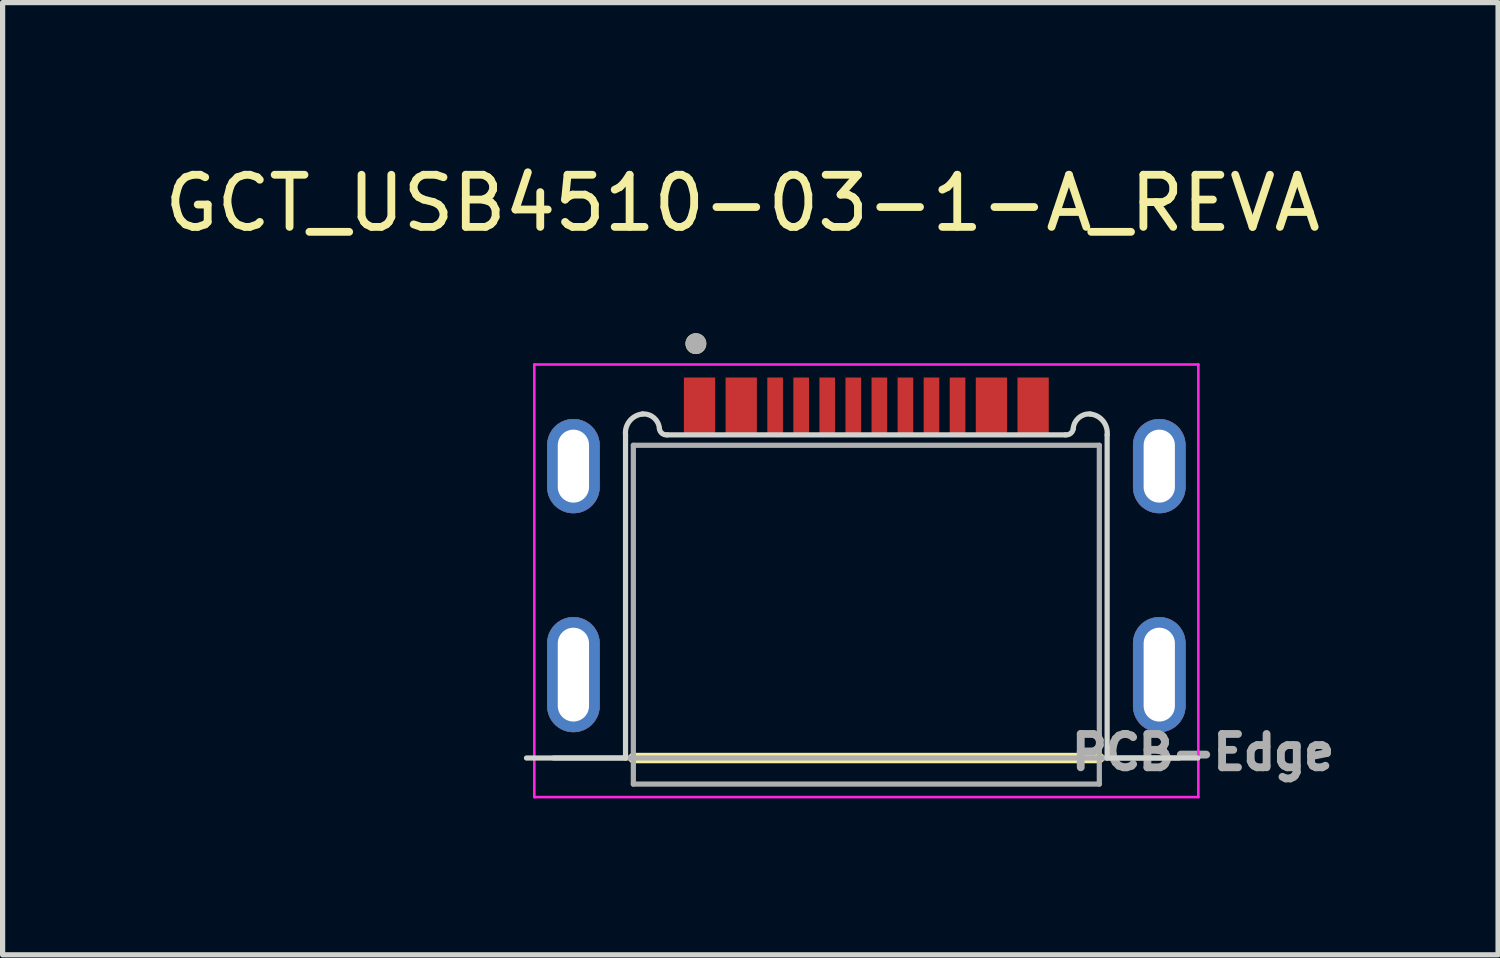
<source format=kicad_pcb>
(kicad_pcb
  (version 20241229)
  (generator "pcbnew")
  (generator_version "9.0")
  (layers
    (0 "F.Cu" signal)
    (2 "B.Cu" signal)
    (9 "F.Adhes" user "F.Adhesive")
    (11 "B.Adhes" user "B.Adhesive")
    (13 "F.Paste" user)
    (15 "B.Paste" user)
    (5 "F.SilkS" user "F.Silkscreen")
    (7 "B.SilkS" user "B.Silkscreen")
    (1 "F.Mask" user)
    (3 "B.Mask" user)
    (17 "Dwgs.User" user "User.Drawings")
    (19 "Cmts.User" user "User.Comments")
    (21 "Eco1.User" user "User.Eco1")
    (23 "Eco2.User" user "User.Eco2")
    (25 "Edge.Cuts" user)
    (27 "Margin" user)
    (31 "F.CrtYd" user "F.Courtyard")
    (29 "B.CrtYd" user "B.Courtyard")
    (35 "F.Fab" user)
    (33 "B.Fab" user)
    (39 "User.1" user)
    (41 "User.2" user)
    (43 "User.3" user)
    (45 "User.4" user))
  (footprint "GCT_USB4510-03-1-A_REVA"
    (layer "F.Cu")
    (at 13.571 9.893)
    (property "Reference" "GCT_USB4510-03-1-A_REVA" (at -2.375 -9.045 0) (layer "F.SilkS") (effects (font (size 1 1) (thickness 0.15))))
    (attr through_hole)
    (fp_poly (pts (xy -5.62 -3.1) (xy -5.646 -3.101) (xy -5.672 -3.103) (xy -5.698 -3.106) (xy -5.724 -3.111) (xy -5.749 -3.117) (xy -5.775 -3.124) (xy -5.799 -3.133) (xy -5.823 -3.143) (xy -5.847 -3.154) (xy -5.87 -3.167) (xy -5.892 -3.181) (xy -5.914 -3.195) (xy -5.935 -3.211) (xy -5.955 -3.228) (xy -5.974 -3.246) (xy -5.992 -3.265) (xy -6.009 -3.285) (xy -6.025 -3.306) (xy -6.039 -3.328) (xy -6.053 -3.35) (xy -6.066 -3.373) (xy -6.077 -3.397) (xy -6.087 -3.421) (xy -6.096 -3.445) (xy -6.103 -3.471) (xy -6.109 -3.496) (xy -6.114 -3.522) (xy -6.117 -3.548) (xy -6.119 -3.574) (xy -6.12 -3.6) (xy -6.12 -4.4) (xy -6.119 -4.426) (xy -6.117 -4.452) (xy -6.114 -4.478) (xy -6.109 -4.504) (xy -6.103 -4.529) (xy -6.096 -4.555) (xy -6.087 -4.579) (xy -6.077 -4.603) (xy -6.066 -4.627) (xy -6.053 -4.65) (xy -6.039 -4.672) (xy -6.025 -4.694) (xy -6.009 -4.715) (xy -5.992 -4.735) (xy -5.974 -4.754) (xy -5.955 -4.772) (xy -5.935 -4.789) (xy -5.914 -4.805) (xy -5.892 -4.819) (xy -5.87 -4.833) (xy -5.847 -4.846) (xy -5.823 -4.857) (xy -5.799 -4.867) (xy -5.775 -4.876) (xy -5.749 -4.883) (xy -5.724 -4.889) (xy -5.698 -4.894) (xy -5.672 -4.897) (xy -5.646 -4.899) (xy -5.62 -4.9) (xy -5.594 -4.899) (xy -5.568 -4.897) (xy -5.542 -4.894) (xy -5.516 -4.889) (xy -5.491 -4.883) (xy -5.465 -4.876) (xy -5.441 -4.867) (xy -5.417 -4.857) (xy -5.393 -4.846) (xy -5.37 -4.833) (xy -5.348 -4.819) (xy -5.326 -4.805) (xy -5.305 -4.789) (xy -5.285 -4.772) (xy -5.266 -4.754) (xy -5.248 -4.735) (xy -5.231 -4.715) (xy -5.215 -4.694) (xy -5.201 -4.672) (xy -5.187 -4.65) (xy -5.174 -4.627) (xy -5.163 -4.603) (xy -5.153 -4.579) (xy -5.144 -4.555) (xy -5.137 -4.529) (xy -5.131 -4.504) (xy -5.126 -4.478) (xy -5.123 -4.452) (xy -5.121 -4.426) (xy -5.12 -4.4) (xy -5.12 -3.6) (xy -5.121 -3.574) (xy -5.123 -3.548) (xy -5.126 -3.522) (xy -5.131 -3.496) (xy -5.137 -3.471) (xy -5.144 -3.445) (xy -5.153 -3.421) (xy -5.163 -3.397) (xy -5.174 -3.373) (xy -5.187 -3.35) (xy -5.201 -3.328) (xy -5.215 -3.306) (xy -5.231 -3.285) (xy -5.248 -3.265) (xy -5.266 -3.246) (xy -5.285 -3.228) (xy -5.305 -3.211) (xy -5.326 -3.195) (xy -5.348 -3.181) (xy -5.37 -3.167) (xy -5.393 -3.154) (xy -5.417 -3.143) (xy -5.441 -3.133) (xy -5.465 -3.124) (xy -5.491 -3.117) (xy -5.516 -3.111) (xy -5.542 -3.106) (xy -5.568 -3.103) (xy -5.594 -3.101) (xy -5.62 -3.1)) (stroke (width 0.01) (type solid)) (fill yes) (layer "F.Cu"))
    (fp_poly (pts (xy -5.62 1.1) (xy -5.646 1.099) (xy -5.672 1.097) (xy -5.698 1.094) (xy -5.724 1.089) (xy -5.749 1.083) (xy -5.775 1.076) (xy -5.799 1.067) (xy -5.823 1.057) (xy -5.847 1.046) (xy -5.87 1.033) (xy -5.892 1.019) (xy -5.914 1.005) (xy -5.935 0.989) (xy -5.955 0.972) (xy -5.974 0.954) (xy -5.992 0.935) (xy -6.009 0.915) (xy -6.025 0.894) (xy -6.039 0.872) (xy -6.053 0.85) (xy -6.066 0.827) (xy -6.077 0.803) (xy -6.087 0.779) (xy -6.096 0.755) (xy -6.103 0.729) (xy -6.109 0.704) (xy -6.114 0.678) (xy -6.117 0.652) (xy -6.119 0.626) (xy -6.12 0.6) (xy -6.12 -0.6) (xy -6.119 -0.626) (xy -6.117 -0.652) (xy -6.114 -0.678) (xy -6.109 -0.704) (xy -6.103 -0.729) (xy -6.096 -0.755) (xy -6.087 -0.779) (xy -6.077 -0.803) (xy -6.066 -0.827) (xy -6.053 -0.85) (xy -6.039 -0.872) (xy -6.025 -0.894) (xy -6.009 -0.915) (xy -5.992 -0.935) (xy -5.974 -0.954) (xy -5.955 -0.972) (xy -5.935 -0.989) (xy -5.914 -1.005) (xy -5.892 -1.019) (xy -5.87 -1.033) (xy -5.847 -1.046) (xy -5.823 -1.057) (xy -5.799 -1.067) (xy -5.775 -1.076) (xy -5.749 -1.083) (xy -5.724 -1.089) (xy -5.698 -1.094) (xy -5.672 -1.097) (xy -5.646 -1.099) (xy -5.62 -1.1) (xy -5.594 -1.099) (xy -5.568 -1.097) (xy -5.542 -1.094) (xy -5.516 -1.089) (xy -5.491 -1.083) (xy -5.465 -1.076) (xy -5.441 -1.067) (xy -5.417 -1.057) (xy -5.393 -1.046) (xy -5.37 -1.033) (xy -5.348 -1.019) (xy -5.326 -1.005) (xy -5.305 -0.989) (xy -5.285 -0.972) (xy -5.266 -0.954) (xy -5.248 -0.935) (xy -5.231 -0.915) (xy -5.215 -0.894) (xy -5.201 -0.872) (xy -5.187 -0.85) (xy -5.174 -0.827) (xy -5.163 -0.803) (xy -5.153 -0.779) (xy -5.144 -0.755) (xy -5.137 -0.729) (xy -5.131 -0.704) (xy -5.126 -0.678) (xy -5.123 -0.652) (xy -5.121 -0.626) (xy -5.12 -0.6) (xy -5.12 0.6) (xy -5.121 0.626) (xy -5.123 0.652) (xy -5.126 0.678) (xy -5.131 0.704) (xy -5.137 0.729) (xy -5.144 0.755) (xy -5.153 0.779) (xy -5.163 0.803) (xy -5.174 0.827) (xy -5.187 0.85) (xy -5.201 0.872) (xy -5.215 0.894) (xy -5.231 0.915) (xy -5.248 0.935) (xy -5.266 0.954) (xy -5.285 0.972) (xy -5.305 0.989) (xy -5.326 1.005) (xy -5.348 1.019) (xy -5.37 1.033) (xy -5.393 1.046) (xy -5.417 1.057) (xy -5.441 1.067) (xy -5.465 1.076) (xy -5.491 1.083) (xy -5.516 1.089) (xy -5.542 1.094) (xy -5.568 1.097) (xy -5.594 1.099) (xy -5.62 1.1)) (stroke (width 0.01) (type solid)) (fill yes) (layer "F.Cu"))
    (fp_poly (pts (xy 5.62 -3.1) (xy 5.594 -3.101) (xy 5.568 -3.103) (xy 5.542 -3.106) (xy 5.516 -3.111) (xy 5.491 -3.117) (xy 5.465 -3.124) (xy 5.441 -3.133) (xy 5.417 -3.143) (xy 5.393 -3.154) (xy 5.37 -3.167) (xy 5.348 -3.181) (xy 5.326 -3.195) (xy 5.305 -3.211) (xy 5.285 -3.228) (xy 5.266 -3.246) (xy 5.248 -3.265) (xy 5.231 -3.285) (xy 5.215 -3.306) (xy 5.201 -3.328) (xy 5.187 -3.35) (xy 5.174 -3.373) (xy 5.163 -3.397) (xy 5.153 -3.421) (xy 5.144 -3.445) (xy 5.137 -3.471) (xy 5.131 -3.496) (xy 5.126 -3.522) (xy 5.123 -3.548) (xy 5.121 -3.574) (xy 5.12 -3.6) (xy 5.12 -4.4) (xy 5.121 -4.426) (xy 5.123 -4.452) (xy 5.126 -4.478) (xy 5.131 -4.504) (xy 5.137 -4.529) (xy 5.144 -4.555) (xy 5.153 -4.579) (xy 5.163 -4.603) (xy 5.174 -4.627) (xy 5.187 -4.65) (xy 5.201 -4.672) (xy 5.215 -4.694) (xy 5.231 -4.715) (xy 5.248 -4.735) (xy 5.266 -4.754) (xy 5.285 -4.772) (xy 5.305 -4.789) (xy 5.326 -4.805) (xy 5.348 -4.819) (xy 5.37 -4.833) (xy 5.393 -4.846) (xy 5.417 -4.857) (xy 5.441 -4.867) (xy 5.465 -4.876) (xy 5.491 -4.883) (xy 5.516 -4.889) (xy 5.542 -4.894) (xy 5.568 -4.897) (xy 5.594 -4.899) (xy 5.62 -4.9) (xy 5.646 -4.899) (xy 5.672 -4.897) (xy 5.698 -4.894) (xy 5.724 -4.889) (xy 5.749 -4.883) (xy 5.775 -4.876) (xy 5.799 -4.867) (xy 5.823 -4.857) (xy 5.847 -4.846) (xy 5.87 -4.833) (xy 5.892 -4.819) (xy 5.914 -4.805) (xy 5.935 -4.789) (xy 5.955 -4.772) (xy 5.974 -4.754) (xy 5.992 -4.735) (xy 6.009 -4.715) (xy 6.025 -4.694) (xy 6.039 -4.672) (xy 6.053 -4.65) (xy 6.066 -4.627) (xy 6.077 -4.603) (xy 6.087 -4.579) (xy 6.096 -4.555) (xy 6.103 -4.529) (xy 6.109 -4.504) (xy 6.114 -4.478) (xy 6.117 -4.452) (xy 6.119 -4.426) (xy 6.12 -4.4) (xy 6.12 -3.6) (xy 6.119 -3.574) (xy 6.117 -3.548) (xy 6.114 -3.522) (xy 6.109 -3.496) (xy 6.103 -3.471) (xy 6.096 -3.445) (xy 6.087 -3.421) (xy 6.077 -3.397) (xy 6.066 -3.373) (xy 6.053 -3.35) (xy 6.039 -3.328) (xy 6.025 -3.306) (xy 6.009 -3.285) (xy 5.992 -3.265) (xy 5.974 -3.246) (xy 5.955 -3.228) (xy 5.935 -3.211) (xy 5.914 -3.195) (xy 5.892 -3.181) (xy 5.87 -3.167) (xy 5.847 -3.154) (xy 5.823 -3.143) (xy 5.799 -3.133) (xy 5.775 -3.124) (xy 5.749 -3.117) (xy 5.724 -3.111) (xy 5.698 -3.106) (xy 5.672 -3.103) (xy 5.646 -3.101) (xy 5.62 -3.1)) (stroke (width 0.01) (type solid)) (fill yes) (layer "F.Cu"))
    (fp_poly (pts (xy 5.62 1.1) (xy 5.594 1.099) (xy 5.568 1.097) (xy 5.542 1.094) (xy 5.516 1.089) (xy 5.491 1.083) (xy 5.465 1.076) (xy 5.441 1.067) (xy 5.417 1.057) (xy 5.393 1.046) (xy 5.37 1.033) (xy 5.348 1.019) (xy 5.326 1.005) (xy 5.305 0.989) (xy 5.285 0.972) (xy 5.266 0.954) (xy 5.248 0.935) (xy 5.231 0.915) (xy 5.215 0.894) (xy 5.201 0.872) (xy 5.187 0.85) (xy 5.174 0.827) (xy 5.163 0.803) (xy 5.153 0.779) (xy 5.144 0.755) (xy 5.137 0.729) (xy 5.131 0.704) (xy 5.126 0.678) (xy 5.123 0.652) (xy 5.121 0.626) (xy 5.12 0.6) (xy 5.12 -0.6) (xy 5.121 -0.626) (xy 5.123 -0.652) (xy 5.126 -0.678) (xy 5.131 -0.704) (xy 5.137 -0.729) (xy 5.144 -0.755) (xy 5.153 -0.779) (xy 5.163 -0.803) (xy 5.174 -0.827) (xy 5.187 -0.85) (xy 5.201 -0.872) (xy 5.215 -0.894) (xy 5.231 -0.915) (xy 5.248 -0.935) (xy 5.266 -0.954) (xy 5.285 -0.972) (xy 5.305 -0.989) (xy 5.326 -1.005) (xy 5.348 -1.019) (xy 5.37 -1.033) (xy 5.393 -1.046) (xy 5.417 -1.057) (xy 5.441 -1.067) (xy 5.465 -1.076) (xy 5.491 -1.083) (xy 5.516 -1.089) (xy 5.542 -1.094) (xy 5.568 -1.097) (xy 5.594 -1.099) (xy 5.62 -1.1) (xy 5.646 -1.099) (xy 5.672 -1.097) (xy 5.698 -1.094) (xy 5.724 -1.089) (xy 5.749 -1.083) (xy 5.775 -1.076) (xy 5.799 -1.067) (xy 5.823 -1.057) (xy 5.847 -1.046) (xy 5.87 -1.033) (xy 5.892 -1.019) (xy 5.914 -1.005) (xy 5.935 -0.989) (xy 5.955 -0.972) (xy 5.974 -0.954) (xy 5.992 -0.935) (xy 6.009 -0.915) (xy 6.025 -0.894) (xy 6.039 -0.872) (xy 6.053 -0.85) (xy 6.066 -0.827) (xy 6.077 -0.803) (xy 6.087 -0.779) (xy 6.096 -0.755) (xy 6.103 -0.729) (xy 6.109 -0.704) (xy 6.114 -0.678) (xy 6.117 -0.652) (xy 6.119 -0.626) (xy 6.12 -0.6) (xy 6.12 0.6) (xy 6.119 0.626) (xy 6.117 0.652) (xy 6.114 0.678) (xy 6.109 0.704) (xy 6.103 0.729) (xy 6.096 0.755) (xy 6.087 0.779) (xy 6.077 0.803) (xy 6.066 0.827) (xy 6.053 0.85) (xy 6.039 0.872) (xy 6.025 0.894) (xy 6.009 0.915) (xy 5.992 0.935) (xy 5.974 0.954) (xy 5.955 0.972) (xy 5.935 0.989) (xy 5.914 1.005) (xy 5.892 1.019) (xy 5.87 1.033) (xy 5.847 1.046) (xy 5.823 1.057) (xy 5.799 1.067) (xy 5.775 1.076) (xy 5.749 1.083) (xy 5.724 1.089) (xy 5.698 1.094) (xy 5.672 1.097) (xy 5.646 1.099) (xy 5.62 1.1)) (stroke (width 0.01) (type solid)) (fill yes) (layer "F.Cu"))
    (fp_poly (pts (xy -6.22 -3.6) (xy -6.22 -4.4) (xy -6.219 -4.431) (xy -6.217 -4.463) (xy -6.213 -4.494) (xy -6.207 -4.525) (xy -6.2 -4.555) (xy -6.191 -4.585) (xy -6.18 -4.615) (xy -6.168 -4.644) (xy -6.155 -4.672) (xy -6.14 -4.7) (xy -6.123 -4.727) (xy -6.105 -4.753) (xy -6.086 -4.778) (xy -6.066 -4.801) (xy -6.044 -4.824) (xy -6.021 -4.846) (xy -5.998 -4.866) (xy -5.973 -4.885) (xy -5.947 -4.903) (xy -5.92 -4.92) (xy -5.892 -4.935) (xy -5.864 -4.948) (xy -5.835 -4.96) (xy -5.805 -4.971) (xy -5.775 -4.98) (xy -5.745 -4.987) (xy -5.714 -4.993) (xy -5.683 -4.997) (xy -5.651 -4.999) (xy -5.62 -5) (xy -5.589 -4.999) (xy -5.557 -4.997) (xy -5.526 -4.993) (xy -5.495 -4.987) (xy -5.465 -4.98) (xy -5.435 -4.971) (xy -5.405 -4.96) (xy -5.376 -4.948) (xy -5.348 -4.935) (xy -5.32 -4.92) (xy -5.293 -4.903) (xy -5.267 -4.885) (xy -5.242 -4.866) (xy -5.219 -4.846) (xy -5.196 -4.824) (xy -5.174 -4.801) (xy -5.154 -4.778) (xy -5.135 -4.753) (xy -5.117 -4.727) (xy -5.1 -4.7) (xy -5.085 -4.672) (xy -5.072 -4.644) (xy -5.06 -4.615) (xy -5.049 -4.585) (xy -5.04 -4.555) (xy -5.033 -4.525) (xy -5.027 -4.494) (xy -5.023 -4.463) (xy -5.021 -4.431) (xy -5.02 -4.4) (xy -5.02 -3.6) (xy -5.021 -3.569) (xy -5.023 -3.537) (xy -5.027 -3.506) (xy -5.033 -3.475) (xy -5.04 -3.445) (xy -5.049 -3.415) (xy -5.06 -3.385) (xy -5.072 -3.356) (xy -5.085 -3.328) (xy -5.1 -3.3) (xy -5.117 -3.273) (xy -5.135 -3.247) (xy -5.154 -3.222) (xy -5.174 -3.199) (xy -5.196 -3.176) (xy -5.219 -3.154) (xy -5.242 -3.134) (xy -5.267 -3.115) (xy -5.293 -3.097) (xy -5.32 -3.08) (xy -5.348 -3.065) (xy -5.376 -3.052) (xy -5.405 -3.04) (xy -5.435 -3.029) (xy -5.465 -3.02) (xy -5.495 -3.013) (xy -5.526 -3.007) (xy -5.557 -3.003) (xy -5.589 -3.001) (xy -5.62 -3) (xy -5.651 -3.001) (xy -5.683 -3.003) (xy -5.714 -3.007) (xy -5.745 -3.013) (xy -5.775 -3.02) (xy -5.805 -3.029) (xy -5.835 -3.04) (xy -5.864 -3.052) (xy -5.892 -3.065) (xy -5.92 -3.08) (xy -5.947 -3.097) (xy -5.973 -3.115) (xy -5.998 -3.134) (xy -6.021 -3.154) (xy -6.044 -3.176) (xy -6.066 -3.199) (xy -6.086 -3.222) (xy -6.105 -3.247) (xy -6.123 -3.273) (xy -6.14 -3.3) (xy -6.155 -3.328) (xy -6.168 -3.356) (xy -6.18 -3.385) (xy -6.191 -3.415) (xy -6.2 -3.445) (xy -6.207 -3.475) (xy -6.213 -3.506) (xy -6.217 -3.537) (xy -6.219 -3.569) (xy -6.22 -3.6)) (stroke (width 0.01) (type solid)) (fill yes) (layer "F.Mask"))
    (fp_poly (pts (xy -6.22 0.6) (xy -6.22 -0.6) (xy -6.219 -0.631) (xy -6.217 -0.663) (xy -6.213 -0.694) (xy -6.207 -0.725) (xy -6.2 -0.755) (xy -6.191 -0.785) (xy -6.18 -0.815) (xy -6.168 -0.844) (xy -6.155 -0.872) (xy -6.14 -0.9) (xy -6.123 -0.927) (xy -6.105 -0.953) (xy -6.086 -0.978) (xy -6.066 -1.001) (xy -6.044 -1.024) (xy -6.021 -1.046) (xy -5.998 -1.066) (xy -5.973 -1.085) (xy -5.947 -1.103) (xy -5.92 -1.12) (xy -5.892 -1.135) (xy -5.864 -1.148) (xy -5.835 -1.16) (xy -5.805 -1.171) (xy -5.775 -1.18) (xy -5.745 -1.187) (xy -5.714 -1.193) (xy -5.683 -1.197) (xy -5.651 -1.199) (xy -5.62 -1.2) (xy -5.589 -1.199) (xy -5.557 -1.197) (xy -5.526 -1.193) (xy -5.495 -1.187) (xy -5.465 -1.18) (xy -5.435 -1.171) (xy -5.405 -1.16) (xy -5.376 -1.148) (xy -5.348 -1.135) (xy -5.32 -1.12) (xy -5.293 -1.103) (xy -5.267 -1.085) (xy -5.242 -1.066) (xy -5.219 -1.046) (xy -5.196 -1.024) (xy -5.174 -1.001) (xy -5.154 -0.978) (xy -5.135 -0.953) (xy -5.117 -0.927) (xy -5.1 -0.9) (xy -5.085 -0.872) (xy -5.072 -0.844) (xy -5.06 -0.815) (xy -5.049 -0.785) (xy -5.04 -0.755) (xy -5.033 -0.725) (xy -5.027 -0.694) (xy -5.023 -0.663) (xy -5.021 -0.631) (xy -5.02 -0.6) (xy -5.02 0.6) (xy -5.021 0.631) (xy -5.023 0.663) (xy -5.027 0.694) (xy -5.033 0.725) (xy -5.04 0.755) (xy -5.049 0.785) (xy -5.06 0.815) (xy -5.072 0.844) (xy -5.085 0.872) (xy -5.1 0.9) (xy -5.117 0.927) (xy -5.135 0.953) (xy -5.154 0.978) (xy -5.174 1.001) (xy -5.196 1.024) (xy -5.219 1.046) (xy -5.242 1.066) (xy -5.267 1.085) (xy -5.293 1.103) (xy -5.32 1.12) (xy -5.348 1.135) (xy -5.376 1.148) (xy -5.405 1.16) (xy -5.435 1.171) (xy -5.465 1.18) (xy -5.495 1.187) (xy -5.526 1.193) (xy -5.557 1.197) (xy -5.589 1.199) (xy -5.62 1.2) (xy -5.651 1.199) (xy -5.683 1.197) (xy -5.714 1.193) (xy -5.745 1.187) (xy -5.775 1.18) (xy -5.805 1.171) (xy -5.835 1.16) (xy -5.864 1.148) (xy -5.892 1.135) (xy -5.92 1.12) (xy -5.947 1.103) (xy -5.973 1.085) (xy -5.998 1.066) (xy -6.021 1.046) (xy -6.044 1.024) (xy -6.066 1.001) (xy -6.086 0.978) (xy -6.105 0.953) (xy -6.123 0.927) (xy -6.14 0.9) (xy -6.155 0.872) (xy -6.168 0.844) (xy -6.18 0.815) (xy -6.191 0.785) (xy -6.2 0.755) (xy -6.207 0.725) (xy -6.213 0.694) (xy -6.217 0.663) (xy -6.219 0.631) (xy -6.22 0.6)) (stroke (width 0.01) (type solid)) (fill yes) (layer "F.Mask"))
    (fp_poly (pts (xy 5.02 -3.6) (xy 5.02 -4.4) (xy 5.021 -4.431) (xy 5.023 -4.463) (xy 5.027 -4.494) (xy 5.033 -4.525) (xy 5.04 -4.555) (xy 5.049 -4.585) (xy 5.06 -4.615) (xy 5.072 -4.644) (xy 5.085 -4.672) (xy 5.1 -4.7) (xy 5.117 -4.727) (xy 5.135 -4.753) (xy 5.154 -4.778) (xy 5.174 -4.801) (xy 5.196 -4.824) (xy 5.219 -4.846) (xy 5.242 -4.866) (xy 5.267 -4.885) (xy 5.293 -4.903) (xy 5.32 -4.92) (xy 5.348 -4.935) (xy 5.376 -4.948) (xy 5.405 -4.96) (xy 5.435 -4.971) (xy 5.465 -4.98) (xy 5.495 -4.987) (xy 5.526 -4.993) (xy 5.557 -4.997) (xy 5.589 -4.999) (xy 5.62 -5) (xy 5.651 -4.999) (xy 5.683 -4.997) (xy 5.714 -4.993) (xy 5.745 -4.987) (xy 5.775 -4.98) (xy 5.805 -4.971) (xy 5.835 -4.96) (xy 5.864 -4.948) (xy 5.892 -4.935) (xy 5.92 -4.92) (xy 5.947 -4.903) (xy 5.973 -4.885) (xy 5.998 -4.866) (xy 6.021 -4.846) (xy 6.044 -4.824) (xy 6.066 -4.801) (xy 6.086 -4.778) (xy 6.105 -4.753) (xy 6.123 -4.727) (xy 6.14 -4.7) (xy 6.155 -4.672) (xy 6.168 -4.644) (xy 6.18 -4.615) (xy 6.191 -4.585) (xy 6.2 -4.555) (xy 6.207 -4.525) (xy 6.213 -4.494) (xy 6.217 -4.463) (xy 6.219 -4.431) (xy 6.22 -4.4) (xy 6.22 -3.6) (xy 6.219 -3.569) (xy 6.217 -3.537) (xy 6.213 -3.506) (xy 6.207 -3.475) (xy 6.2 -3.445) (xy 6.191 -3.415) (xy 6.18 -3.385) (xy 6.168 -3.356) (xy 6.155 -3.328) (xy 6.14 -3.3) (xy 6.123 -3.273) (xy 6.105 -3.247) (xy 6.086 -3.222) (xy 6.066 -3.199) (xy 6.044 -3.176) (xy 6.021 -3.154) (xy 5.998 -3.134) (xy 5.973 -3.115) (xy 5.947 -3.097) (xy 5.92 -3.08) (xy 5.892 -3.065) (xy 5.864 -3.052) (xy 5.835 -3.04) (xy 5.805 -3.029) (xy 5.775 -3.02) (xy 5.745 -3.013) (xy 5.714 -3.007) (xy 5.683 -3.003) (xy 5.651 -3.001) (xy 5.62 -3) (xy 5.589 -3.001) (xy 5.557 -3.003) (xy 5.526 -3.007) (xy 5.495 -3.013) (xy 5.465 -3.02) (xy 5.435 -3.029) (xy 5.405 -3.04) (xy 5.376 -3.052) (xy 5.348 -3.065) (xy 5.32 -3.08) (xy 5.293 -3.097) (xy 5.267 -3.115) (xy 5.242 -3.134) (xy 5.219 -3.154) (xy 5.196 -3.176) (xy 5.174 -3.199) (xy 5.154 -3.222) (xy 5.135 -3.247) (xy 5.117 -3.273) (xy 5.1 -3.3) (xy 5.085 -3.328) (xy 5.072 -3.356) (xy 5.06 -3.385) (xy 5.049 -3.415) (xy 5.04 -3.445) (xy 5.033 -3.475) (xy 5.027 -3.506) (xy 5.023 -3.537) (xy 5.021 -3.569) (xy 5.02 -3.6)) (stroke (width 0.01) (type solid)) (fill yes) (layer "F.Mask"))
    (fp_poly (pts (xy 5.02 0) (xy 5.02 -0.6) (xy 5.021 -0.631) (xy 5.023 -0.663) (xy 5.027 -0.694) (xy 5.033 -0.725) (xy 5.04 -0.755) (xy 5.049 -0.785) (xy 5.06 -0.815) (xy 5.072 -0.844) (xy 5.085 -0.872) (xy 5.1 -0.9) (xy 5.117 -0.927) (xy 5.135 -0.953) (xy 5.154 -0.978) (xy 5.174 -1.001) (xy 5.196 -1.024) (xy 5.219 -1.046) (xy 5.242 -1.066) (xy 5.267 -1.085) (xy 5.293 -1.103) (xy 5.32 -1.12) (xy 5.348 -1.135) (xy 5.376 -1.148) (xy 5.405 -1.16) (xy 5.435 -1.171) (xy 5.465 -1.18) (xy 5.495 -1.187) (xy 5.526 -1.193) (xy 5.557 -1.197) (xy 5.589 -1.199) (xy 5.62 -1.2) (xy 5.651 -1.199) (xy 5.683 -1.197) (xy 5.714 -1.193) (xy 5.745 -1.187) (xy 5.775 -1.18) (xy 5.805 -1.171) (xy 5.835 -1.16) (xy 5.864 -1.148) (xy 5.892 -1.135) (xy 5.92 -1.12) (xy 5.947 -1.103) (xy 5.973 -1.085) (xy 5.998 -1.066) (xy 6.021 -1.046) (xy 6.044 -1.024) (xy 6.066 -1.001) (xy 6.086 -0.978) (xy 6.105 -0.953) (xy 6.123 -0.927) (xy 6.14 -0.9) (xy 6.155 -0.872) (xy 6.168 -0.844) (xy 6.18 -0.815) (xy 6.191 -0.785) (xy 6.2 -0.755) (xy 6.207 -0.725) (xy 6.213 -0.694) (xy 6.217 -0.663) (xy 6.219 -0.631) (xy 6.22 -0.6) (xy 6.22 0) (xy 6.22 0.6) (xy 6.219 0.631) (xy 6.217 0.663) (xy 6.213 0.694) (xy 6.207 0.725) (xy 6.2 0.755) (xy 6.191 0.785) (xy 6.18 0.815) (xy 6.168 0.844) (xy 6.155 0.872) (xy 6.14 0.9) (xy 6.123 0.927) (xy 6.105 0.953) (xy 6.086 0.978) (xy 6.066 1.001) (xy 6.044 1.024) (xy 6.021 1.046) (xy 5.998 1.066) (xy 5.973 1.085) (xy 5.947 1.103) (xy 5.92 1.12) (xy 5.892 1.135) (xy 5.864 1.148) (xy 5.835 1.16) (xy 5.805 1.171) (xy 5.775 1.18) (xy 5.745 1.187) (xy 5.714 1.193) (xy 5.683 1.197) (xy 5.651 1.199) (xy 5.62 1.2) (xy 5.589 1.199) (xy 5.557 1.197) (xy 5.526 1.193) (xy 5.495 1.187) (xy 5.465 1.18) (xy 5.435 1.171) (xy 5.405 1.16) (xy 5.376 1.148) (xy 5.348 1.135) (xy 5.32 1.12) (xy 5.293 1.103) (xy 5.267 1.085) (xy 5.242 1.066) (xy 5.219 1.046) (xy 5.196 1.024) (xy 5.174 1.001) (xy 5.154 0.978) (xy 5.135 0.953) (xy 5.117 0.927) (xy 5.1 0.9) (xy 5.085 0.872) (xy 5.072 0.844) (xy 5.06 0.815) (xy 5.049 0.785) (xy 5.04 0.755) (xy 5.033 0.725) (xy 5.027 0.694) (xy 5.023 0.663) (xy 5.021 0.631) (xy 5.02 0.6) (xy 5.02 0)) (stroke (width 0.01) (type solid)) (fill yes) (layer "F.Mask"))
    (fp_poly (pts (xy -5.62 -3.1) (xy -5.646 -3.101) (xy -5.672 -3.103) (xy -5.698 -3.106) (xy -5.724 -3.111) (xy -5.749 -3.117) (xy -5.775 -3.124) (xy -5.799 -3.133) (xy -5.823 -3.143) (xy -5.847 -3.154) (xy -5.87 -3.167) (xy -5.892 -3.181) (xy -5.914 -3.195) (xy -5.935 -3.211) (xy -5.955 -3.228) (xy -5.974 -3.246) (xy -5.992 -3.265) (xy -6.009 -3.285) (xy -6.025 -3.306) (xy -6.039 -3.328) (xy -6.053 -3.35) (xy -6.066 -3.373) (xy -6.077 -3.397) (xy -6.087 -3.421) (xy -6.096 -3.445) (xy -6.103 -3.471) (xy -6.109 -3.496) (xy -6.114 -3.522) (xy -6.117 -3.548) (xy -6.119 -3.574) (xy -6.12 -3.6) (xy -6.12 -4.4) (xy -6.119 -4.426) (xy -6.117 -4.452) (xy -6.114 -4.478) (xy -6.109 -4.504) (xy -6.103 -4.529) (xy -6.096 -4.555) (xy -6.087 -4.579) (xy -6.077 -4.603) (xy -6.066 -4.627) (xy -6.053 -4.65) (xy -6.039 -4.672) (xy -6.025 -4.694) (xy -6.009 -4.715) (xy -5.992 -4.735) (xy -5.974 -4.754) (xy -5.955 -4.772) (xy -5.935 -4.789) (xy -5.914 -4.805) (xy -5.892 -4.819) (xy -5.87 -4.833) (xy -5.847 -4.846) (xy -5.823 -4.857) (xy -5.799 -4.867) (xy -5.775 -4.876) (xy -5.749 -4.883) (xy -5.724 -4.889) (xy -5.698 -4.894) (xy -5.672 -4.897) (xy -5.646 -4.899) (xy -5.62 -4.9) (xy -5.594 -4.899) (xy -5.568 -4.897) (xy -5.542 -4.894) (xy -5.516 -4.889) (xy -5.491 -4.883) (xy -5.465 -4.876) (xy -5.441 -4.867) (xy -5.417 -4.857) (xy -5.393 -4.846) (xy -5.37 -4.833) (xy -5.348 -4.819) (xy -5.326 -4.805) (xy -5.305 -4.789) (xy -5.285 -4.772) (xy -5.266 -4.754) (xy -5.248 -4.735) (xy -5.231 -4.715) (xy -5.215 -4.694) (xy -5.201 -4.672) (xy -5.187 -4.65) (xy -5.174 -4.627) (xy -5.163 -4.603) (xy -5.153 -4.579) (xy -5.144 -4.555) (xy -5.137 -4.529) (xy -5.131 -4.504) (xy -5.126 -4.478) (xy -5.123 -4.452) (xy -5.121 -4.426) (xy -5.12 -4.4) (xy -5.12 -3.6) (xy -5.121 -3.574) (xy -5.123 -3.548) (xy -5.126 -3.522) (xy -5.131 -3.496) (xy -5.137 -3.471) (xy -5.144 -3.445) (xy -5.153 -3.421) (xy -5.163 -3.397) (xy -5.174 -3.373) (xy -5.187 -3.35) (xy -5.201 -3.328) (xy -5.215 -3.306) (xy -5.231 -3.285) (xy -5.248 -3.265) (xy -5.266 -3.246) (xy -5.285 -3.228) (xy -5.305 -3.211) (xy -5.326 -3.195) (xy -5.348 -3.181) (xy -5.37 -3.167) (xy -5.393 -3.154) (xy -5.417 -3.143) (xy -5.441 -3.133) (xy -5.465 -3.124) (xy -5.491 -3.117) (xy -5.516 -3.111) (xy -5.542 -3.106) (xy -5.568 -3.103) (xy -5.594 -3.101) (xy -5.62 -3.1)) (stroke (width 0.01) (type solid)) (fill yes) (layer "B.Cu"))
    (fp_poly (pts (xy -5.62 1.1) (xy -5.646 1.099) (xy -5.672 1.097) (xy -5.698 1.094) (xy -5.724 1.089) (xy -5.749 1.083) (xy -5.775 1.076) (xy -5.799 1.067) (xy -5.823 1.057) (xy -5.847 1.046) (xy -5.87 1.033) (xy -5.892 1.019) (xy -5.914 1.005) (xy -5.935 0.989) (xy -5.955 0.972) (xy -5.974 0.954) (xy -5.992 0.935) (xy -6.009 0.915) (xy -6.025 0.894) (xy -6.039 0.872) (xy -6.053 0.85) (xy -6.066 0.827) (xy -6.077 0.803) (xy -6.087 0.779) (xy -6.096 0.755) (xy -6.103 0.729) (xy -6.109 0.704) (xy -6.114 0.678) (xy -6.117 0.652) (xy -6.119 0.626) (xy -6.12 0.6) (xy -6.12 -0.6) (xy -6.119 -0.626) (xy -6.117 -0.652) (xy -6.114 -0.678) (xy -6.109 -0.704) (xy -6.103 -0.729) (xy -6.096 -0.755) (xy -6.087 -0.779) (xy -6.077 -0.803) (xy -6.066 -0.827) (xy -6.053 -0.85) (xy -6.039 -0.872) (xy -6.025 -0.894) (xy -6.009 -0.915) (xy -5.992 -0.935) (xy -5.974 -0.954) (xy -5.955 -0.972) (xy -5.935 -0.989) (xy -5.914 -1.005) (xy -5.892 -1.019) (xy -5.87 -1.033) (xy -5.847 -1.046) (xy -5.823 -1.057) (xy -5.799 -1.067) (xy -5.775 -1.076) (xy -5.749 -1.083) (xy -5.724 -1.089) (xy -5.698 -1.094) (xy -5.672 -1.097) (xy -5.646 -1.099) (xy -5.62 -1.1) (xy -5.594 -1.099) (xy -5.568 -1.097) (xy -5.542 -1.094) (xy -5.516 -1.089) (xy -5.491 -1.083) (xy -5.465 -1.076) (xy -5.441 -1.067) (xy -5.417 -1.057) (xy -5.393 -1.046) (xy -5.37 -1.033) (xy -5.348 -1.019) (xy -5.326 -1.005) (xy -5.305 -0.989) (xy -5.285 -0.972) (xy -5.266 -0.954) (xy -5.248 -0.935) (xy -5.231 -0.915) (xy -5.215 -0.894) (xy -5.201 -0.872) (xy -5.187 -0.85) (xy -5.174 -0.827) (xy -5.163 -0.803) (xy -5.153 -0.779) (xy -5.144 -0.755) (xy -5.137 -0.729) (xy -5.131 -0.704) (xy -5.126 -0.678) (xy -5.123 -0.652) (xy -5.121 -0.626) (xy -5.12 -0.6) (xy -5.12 0.6) (xy -5.121 0.626) (xy -5.123 0.652) (xy -5.126 0.678) (xy -5.131 0.704) (xy -5.137 0.729) (xy -5.144 0.755) (xy -5.153 0.779) (xy -5.163 0.803) (xy -5.174 0.827) (xy -5.187 0.85) (xy -5.201 0.872) (xy -5.215 0.894) (xy -5.231 0.915) (xy -5.248 0.935) (xy -5.266 0.954) (xy -5.285 0.972) (xy -5.305 0.989) (xy -5.326 1.005) (xy -5.348 1.019) (xy -5.37 1.033) (xy -5.393 1.046) (xy -5.417 1.057) (xy -5.441 1.067) (xy -5.465 1.076) (xy -5.491 1.083) (xy -5.516 1.089) (xy -5.542 1.094) (xy -5.568 1.097) (xy -5.594 1.099) (xy -5.62 1.1)) (stroke (width 0.01) (type solid)) (fill yes) (layer "B.Cu"))
    (fp_poly (pts (xy 5.62 -3.1) (xy 5.594 -3.101) (xy 5.568 -3.103) (xy 5.542 -3.106) (xy 5.516 -3.111) (xy 5.491 -3.117) (xy 5.465 -3.124) (xy 5.441 -3.133) (xy 5.417 -3.143) (xy 5.393 -3.154) (xy 5.37 -3.167) (xy 5.348 -3.181) (xy 5.326 -3.195) (xy 5.305 -3.211) (xy 5.285 -3.228) (xy 5.266 -3.246) (xy 5.248 -3.265) (xy 5.231 -3.285) (xy 5.215 -3.306) (xy 5.201 -3.328) (xy 5.187 -3.35) (xy 5.174 -3.373) (xy 5.163 -3.397) (xy 5.153 -3.421) (xy 5.144 -3.445) (xy 5.137 -3.471) (xy 5.131 -3.496) (xy 5.126 -3.522) (xy 5.123 -3.548) (xy 5.121 -3.574) (xy 5.12 -3.6) (xy 5.12 -4.4) (xy 5.121 -4.426) (xy 5.123 -4.452) (xy 5.126 -4.478) (xy 5.131 -4.504) (xy 5.137 -4.529) (xy 5.144 -4.555) (xy 5.153 -4.579) (xy 5.163 -4.603) (xy 5.174 -4.627) (xy 5.187 -4.65) (xy 5.201 -4.672) (xy 5.215 -4.694) (xy 5.231 -4.715) (xy 5.248 -4.735) (xy 5.266 -4.754) (xy 5.285 -4.772) (xy 5.305 -4.789) (xy 5.326 -4.805) (xy 5.348 -4.819) (xy 5.37 -4.833) (xy 5.393 -4.846) (xy 5.417 -4.857) (xy 5.441 -4.867) (xy 5.465 -4.876) (xy 5.491 -4.883) (xy 5.516 -4.889) (xy 5.542 -4.894) (xy 5.568 -4.897) (xy 5.594 -4.899) (xy 5.62 -4.9) (xy 5.646 -4.899) (xy 5.672 -4.897) (xy 5.698 -4.894) (xy 5.724 -4.889) (xy 5.749 -4.883) (xy 5.775 -4.876) (xy 5.799 -4.867) (xy 5.823 -4.857) (xy 5.847 -4.846) (xy 5.87 -4.833) (xy 5.892 -4.819) (xy 5.914 -4.805) (xy 5.935 -4.789) (xy 5.955 -4.772) (xy 5.974 -4.754) (xy 5.992 -4.735) (xy 6.009 -4.715) (xy 6.025 -4.694) (xy 6.039 -4.672) (xy 6.053 -4.65) (xy 6.066 -4.627) (xy 6.077 -4.603) (xy 6.087 -4.579) (xy 6.096 -4.555) (xy 6.103 -4.529) (xy 6.109 -4.504) (xy 6.114 -4.478) (xy 6.117 -4.452) (xy 6.119 -4.426) (xy 6.12 -4.4) (xy 6.12 -3.6) (xy 6.119 -3.574) (xy 6.117 -3.548) (xy 6.114 -3.522) (xy 6.109 -3.496) (xy 6.103 -3.471) (xy 6.096 -3.445) (xy 6.087 -3.421) (xy 6.077 -3.397) (xy 6.066 -3.373) (xy 6.053 -3.35) (xy 6.039 -3.328) (xy 6.025 -3.306) (xy 6.009 -3.285) (xy 5.992 -3.265) (xy 5.974 -3.246) (xy 5.955 -3.228) (xy 5.935 -3.211) (xy 5.914 -3.195) (xy 5.892 -3.181) (xy 5.87 -3.167) (xy 5.847 -3.154) (xy 5.823 -3.143) (xy 5.799 -3.133) (xy 5.775 -3.124) (xy 5.749 -3.117) (xy 5.724 -3.111) (xy 5.698 -3.106) (xy 5.672 -3.103) (xy 5.646 -3.101) (xy 5.62 -3.1)) (stroke (width 0.01) (type solid)) (fill yes) (layer "B.Cu"))
    (fp_poly (pts (xy 5.62 1.1) (xy 5.594 1.099) (xy 5.568 1.097) (xy 5.542 1.094) (xy 5.516 1.089) (xy 5.491 1.083) (xy 5.465 1.076) (xy 5.441 1.067) (xy 5.417 1.057) (xy 5.393 1.046) (xy 5.37 1.033) (xy 5.348 1.019) (xy 5.326 1.005) (xy 5.305 0.989) (xy 5.285 0.972) (xy 5.266 0.954) (xy 5.248 0.935) (xy 5.231 0.915) (xy 5.215 0.894) (xy 5.201 0.872) (xy 5.187 0.85) (xy 5.174 0.827) (xy 5.163 0.803) (xy 5.153 0.779) (xy 5.144 0.755) (xy 5.137 0.729) (xy 5.131 0.704) (xy 5.126 0.678) (xy 5.123 0.652) (xy 5.121 0.626) (xy 5.12 0.6) (xy 5.12 -0.6) (xy 5.121 -0.626) (xy 5.123 -0.652) (xy 5.126 -0.678) (xy 5.131 -0.704) (xy 5.137 -0.729) (xy 5.144 -0.755) (xy 5.153 -0.779) (xy 5.163 -0.803) (xy 5.174 -0.827) (xy 5.187 -0.85) (xy 5.201 -0.872) (xy 5.215 -0.894) (xy 5.231 -0.915) (xy 5.248 -0.935) (xy 5.266 -0.954) (xy 5.285 -0.972) (xy 5.305 -0.989) (xy 5.326 -1.005) (xy 5.348 -1.019) (xy 5.37 -1.033) (xy 5.393 -1.046) (xy 5.417 -1.057) (xy 5.441 -1.067) (xy 5.465 -1.076) (xy 5.491 -1.083) (xy 5.516 -1.089) (xy 5.542 -1.094) (xy 5.568 -1.097) (xy 5.594 -1.099) (xy 5.62 -1.1) (xy 5.646 -1.099) (xy 5.672 -1.097) (xy 5.698 -1.094) (xy 5.724 -1.089) (xy 5.749 -1.083) (xy 5.775 -1.076) (xy 5.799 -1.067) (xy 5.823 -1.057) (xy 5.847 -1.046) (xy 5.87 -1.033) (xy 5.892 -1.019) (xy 5.914 -1.005) (xy 5.935 -0.989) (xy 5.955 -0.972) (xy 5.974 -0.954) (xy 5.992 -0.935) (xy 6.009 -0.915) (xy 6.025 -0.894) (xy 6.039 -0.872) (xy 6.053 -0.85) (xy 6.066 -0.827) (xy 6.077 -0.803) (xy 6.087 -0.779) (xy 6.096 -0.755) (xy 6.103 -0.729) (xy 6.109 -0.704) (xy 6.114 -0.678) (xy 6.117 -0.652) (xy 6.119 -0.626) (xy 6.12 -0.6) (xy 6.12 0.6) (xy 6.119 0.626) (xy 6.117 0.652) (xy 6.114 0.678) (xy 6.109 0.704) (xy 6.103 0.729) (xy 6.096 0.755) (xy 6.087 0.779) (xy 6.077 0.803) (xy 6.066 0.827) (xy 6.053 0.85) (xy 6.039 0.872) (xy 6.025 0.894) (xy 6.009 0.915) (xy 5.992 0.935) (xy 5.974 0.954) (xy 5.955 0.972) (xy 5.935 0.989) (xy 5.914 1.005) (xy 5.892 1.019) (xy 5.87 1.033) (xy 5.847 1.046) (xy 5.823 1.057) (xy 5.799 1.067) (xy 5.775 1.076) (xy 5.749 1.083) (xy 5.724 1.089) (xy 5.698 1.094) (xy 5.672 1.097) (xy 5.646 1.099) (xy 5.62 1.1)) (stroke (width 0.01) (type solid)) (fill yes) (layer "B.Cu"))
    (fp_poly (pts (xy -6.22 -3.6) (xy -6.22 -4.4) (xy -6.219 -4.431) (xy -6.217 -4.463) (xy -6.213 -4.494) (xy -6.207 -4.525) (xy -6.2 -4.555) (xy -6.191 -4.585) (xy -6.18 -4.615) (xy -6.168 -4.644) (xy -6.155 -4.672) (xy -6.14 -4.7) (xy -6.123 -4.727) (xy -6.105 -4.753) (xy -6.086 -4.778) (xy -6.066 -4.801) (xy -6.044 -4.824) (xy -6.021 -4.846) (xy -5.998 -4.866) (xy -5.973 -4.885) (xy -5.947 -4.903) (xy -5.92 -4.92) (xy -5.892 -4.935) (xy -5.864 -4.948) (xy -5.835 -4.96) (xy -5.805 -4.971) (xy -5.775 -4.98) (xy -5.745 -4.987) (xy -5.714 -4.993) (xy -5.683 -4.997) (xy -5.651 -4.999) (xy -5.62 -5) (xy -5.589 -4.999) (xy -5.557 -4.997) (xy -5.526 -4.993) (xy -5.495 -4.987) (xy -5.465 -4.98) (xy -5.435 -4.971) (xy -5.405 -4.96) (xy -5.376 -4.948) (xy -5.348 -4.935) (xy -5.32 -4.92) (xy -5.293 -4.903) (xy -5.267 -4.885) (xy -5.242 -4.866) (xy -5.219 -4.846) (xy -5.196 -4.824) (xy -5.174 -4.801) (xy -5.154 -4.778) (xy -5.135 -4.753) (xy -5.117 -4.727) (xy -5.1 -4.7) (xy -5.085 -4.672) (xy -5.072 -4.644) (xy -5.06 -4.615) (xy -5.049 -4.585) (xy -5.04 -4.555) (xy -5.033 -4.525) (xy -5.027 -4.494) (xy -5.023 -4.463) (xy -5.021 -4.431) (xy -5.02 -4.4) (xy -5.02 -3.6) (xy -5.021 -3.569) (xy -5.023 -3.537) (xy -5.027 -3.506) (xy -5.033 -3.475) (xy -5.04 -3.445) (xy -5.049 -3.415) (xy -5.06 -3.385) (xy -5.072 -3.356) (xy -5.085 -3.328) (xy -5.1 -3.3) (xy -5.117 -3.273) (xy -5.135 -3.247) (xy -5.154 -3.222) (xy -5.174 -3.199) (xy -5.196 -3.176) (xy -5.219 -3.154) (xy -5.242 -3.134) (xy -5.267 -3.115) (xy -5.293 -3.097) (xy -5.32 -3.08) (xy -5.348 -3.065) (xy -5.376 -3.052) (xy -5.405 -3.04) (xy -5.435 -3.029) (xy -5.465 -3.02) (xy -5.495 -3.013) (xy -5.526 -3.007) (xy -5.557 -3.003) (xy -5.589 -3.001) (xy -5.62 -3) (xy -5.651 -3.001) (xy -5.683 -3.003) (xy -5.714 -3.007) (xy -5.745 -3.013) (xy -5.775 -3.02) (xy -5.805 -3.029) (xy -5.835 -3.04) (xy -5.864 -3.052) (xy -5.892 -3.065) (xy -5.92 -3.08) (xy -5.947 -3.097) (xy -5.973 -3.115) (xy -5.998 -3.134) (xy -6.021 -3.154) (xy -6.044 -3.176) (xy -6.066 -3.199) (xy -6.086 -3.222) (xy -6.105 -3.247) (xy -6.123 -3.273) (xy -6.14 -3.3) (xy -6.155 -3.328) (xy -6.168 -3.356) (xy -6.18 -3.385) (xy -6.191 -3.415) (xy -6.2 -3.445) (xy -6.207 -3.475) (xy -6.213 -3.506) (xy -6.217 -3.537) (xy -6.219 -3.569) (xy -6.22 -3.6)) (stroke (width 0.01) (type solid)) (fill yes) (layer "B.Mask"))
    (fp_poly (pts (xy -6.22 0.6) (xy -6.22 -0.6) (xy -6.219 -0.631) (xy -6.217 -0.663) (xy -6.213 -0.694) (xy -6.207 -0.725) (xy -6.2 -0.755) (xy -6.191 -0.785) (xy -6.18 -0.815) (xy -6.168 -0.844) (xy -6.155 -0.872) (xy -6.14 -0.9) (xy -6.123 -0.927) (xy -6.105 -0.953) (xy -6.086 -0.978) (xy -6.066 -1.001) (xy -6.044 -1.024) (xy -6.021 -1.046) (xy -5.998 -1.066) (xy -5.973 -1.085) (xy -5.947 -1.103) (xy -5.92 -1.12) (xy -5.892 -1.135) (xy -5.864 -1.148) (xy -5.835 -1.16) (xy -5.805 -1.171) (xy -5.775 -1.18) (xy -5.745 -1.187) (xy -5.714 -1.193) (xy -5.683 -1.197) (xy -5.651 -1.199) (xy -5.62 -1.2) (xy -5.589 -1.199) (xy -5.557 -1.197) (xy -5.526 -1.193) (xy -5.495 -1.187) (xy -5.465 -1.18) (xy -5.435 -1.171) (xy -5.405 -1.16) (xy -5.376 -1.148) (xy -5.348 -1.135) (xy -5.32 -1.12) (xy -5.293 -1.103) (xy -5.267 -1.085) (xy -5.242 -1.066) (xy -5.219 -1.046) (xy -5.196 -1.024) (xy -5.174 -1.001) (xy -5.154 -0.978) (xy -5.135 -0.953) (xy -5.117 -0.927) (xy -5.1 -0.9) (xy -5.085 -0.872) (xy -5.072 -0.844) (xy -5.06 -0.815) (xy -5.049 -0.785) (xy -5.04 -0.755) (xy -5.033 -0.725) (xy -5.027 -0.694) (xy -5.023 -0.663) (xy -5.021 -0.631) (xy -5.02 -0.6) (xy -5.02 0.6) (xy -5.021 0.631) (xy -5.023 0.663) (xy -5.027 0.694) (xy -5.033 0.725) (xy -5.04 0.755) (xy -5.049 0.785) (xy -5.06 0.815) (xy -5.072 0.844) (xy -5.085 0.872) (xy -5.1 0.9) (xy -5.117 0.927) (xy -5.135 0.953) (xy -5.154 0.978) (xy -5.174 1.001) (xy -5.196 1.024) (xy -5.219 1.046) (xy -5.242 1.066) (xy -5.267 1.085) (xy -5.293 1.103) (xy -5.32 1.12) (xy -5.348 1.135) (xy -5.376 1.148) (xy -5.405 1.16) (xy -5.435 1.171) (xy -5.465 1.18) (xy -5.495 1.187) (xy -5.526 1.193) (xy -5.557 1.197) (xy -5.589 1.199) (xy -5.62 1.2) (xy -5.651 1.199) (xy -5.683 1.197) (xy -5.714 1.193) (xy -5.745 1.187) (xy -5.775 1.18) (xy -5.805 1.171) (xy -5.835 1.16) (xy -5.864 1.148) (xy -5.892 1.135) (xy -5.92 1.12) (xy -5.947 1.103) (xy -5.973 1.085) (xy -5.998 1.066) (xy -6.021 1.046) (xy -6.044 1.024) (xy -6.066 1.001) (xy -6.086 0.978) (xy -6.105 0.953) (xy -6.123 0.927) (xy -6.14 0.9) (xy -6.155 0.872) (xy -6.168 0.844) (xy -6.18 0.815) (xy -6.191 0.785) (xy -6.2 0.755) (xy -6.207 0.725) (xy -6.213 0.694) (xy -6.217 0.663) (xy -6.219 0.631) (xy -6.22 0.6)) (stroke (width 0.01) (type solid)) (fill yes) (layer "B.Mask"))
    (fp_poly (pts (xy 5.02 -3.6) (xy 5.02 -4.4) (xy 5.021 -4.431) (xy 5.023 -4.463) (xy 5.027 -4.494) (xy 5.033 -4.525) (xy 5.04 -4.555) (xy 5.049 -4.585) (xy 5.06 -4.615) (xy 5.072 -4.644) (xy 5.085 -4.672) (xy 5.1 -4.7) (xy 5.117 -4.727) (xy 5.135 -4.753) (xy 5.154 -4.778) (xy 5.174 -4.801) (xy 5.196 -4.824) (xy 5.219 -4.846) (xy 5.242 -4.866) (xy 5.267 -4.885) (xy 5.293 -4.903) (xy 5.32 -4.92) (xy 5.348 -4.935) (xy 5.376 -4.948) (xy 5.405 -4.96) (xy 5.435 -4.971) (xy 5.465 -4.98) (xy 5.495 -4.987) (xy 5.526 -4.993) (xy 5.557 -4.997) (xy 5.589 -4.999) (xy 5.62 -5) (xy 5.651 -4.999) (xy 5.683 -4.997) (xy 5.714 -4.993) (xy 5.745 -4.987) (xy 5.775 -4.98) (xy 5.805 -4.971) (xy 5.835 -4.96) (xy 5.864 -4.948) (xy 5.892 -4.935) (xy 5.92 -4.92) (xy 5.947 -4.903) (xy 5.973 -4.885) (xy 5.998 -4.866) (xy 6.021 -4.846) (xy 6.044 -4.824) (xy 6.066 -4.801) (xy 6.086 -4.778) (xy 6.105 -4.753) (xy 6.123 -4.727) (xy 6.14 -4.7) (xy 6.155 -4.672) (xy 6.168 -4.644) (xy 6.18 -4.615) (xy 6.191 -4.585) (xy 6.2 -4.555) (xy 6.207 -4.525) (xy 6.213 -4.494) (xy 6.217 -4.463) (xy 6.219 -4.431) (xy 6.22 -4.4) (xy 6.22 -3.6) (xy 6.219 -3.569) (xy 6.217 -3.537) (xy 6.213 -3.506) (xy 6.207 -3.475) (xy 6.2 -3.445) (xy 6.191 -3.415) (xy 6.18 -3.385) (xy 6.168 -3.356) (xy 6.155 -3.328) (xy 6.14 -3.3) (xy 6.123 -3.273) (xy 6.105 -3.247) (xy 6.086 -3.222) (xy 6.066 -3.199) (xy 6.044 -3.176) (xy 6.021 -3.154) (xy 5.998 -3.134) (xy 5.973 -3.115) (xy 5.947 -3.097) (xy 5.92 -3.08) (xy 5.892 -3.065) (xy 5.864 -3.052) (xy 5.835 -3.04) (xy 5.805 -3.029) (xy 5.775 -3.02) (xy 5.745 -3.013) (xy 5.714 -3.007) (xy 5.683 -3.003) (xy 5.651 -3.001) (xy 5.62 -3) (xy 5.589 -3.001) (xy 5.557 -3.003) (xy 5.526 -3.007) (xy 5.495 -3.013) (xy 5.465 -3.02) (xy 5.435 -3.029) (xy 5.405 -3.04) (xy 5.376 -3.052) (xy 5.348 -3.065) (xy 5.32 -3.08) (xy 5.293 -3.097) (xy 5.267 -3.115) (xy 5.242 -3.134) (xy 5.219 -3.154) (xy 5.196 -3.176) (xy 5.174 -3.199) (xy 5.154 -3.222) (xy 5.135 -3.247) (xy 5.117 -3.273) (xy 5.1 -3.3) (xy 5.085 -3.328) (xy 5.072 -3.356) (xy 5.06 -3.385) (xy 5.049 -3.415) (xy 5.04 -3.445) (xy 5.033 -3.475) (xy 5.027 -3.506) (xy 5.023 -3.537) (xy 5.021 -3.569) (xy 5.02 -3.6)) (stroke (width 0.01) (type solid)) (fill yes) (layer "B.Mask"))
    (fp_poly (pts (xy 5.02 0.6) (xy 5.02 -0.6) (xy 5.021 -0.631) (xy 5.023 -0.663) (xy 5.027 -0.694) (xy 5.033 -0.725) (xy 5.04 -0.755) (xy 5.049 -0.785) (xy 5.06 -0.815) (xy 5.072 -0.844) (xy 5.085 -0.872) (xy 5.1 -0.9) (xy 5.117 -0.927) (xy 5.135 -0.953) (xy 5.154 -0.978) (xy 5.174 -1.001) (xy 5.196 -1.024) (xy 5.219 -1.046) (xy 5.242 -1.066) (xy 5.267 -1.085) (xy 5.293 -1.103) (xy 5.32 -1.12) (xy 5.348 -1.135) (xy 5.376 -1.148) (xy 5.405 -1.16) (xy 5.435 -1.171) (xy 5.465 -1.18) (xy 5.495 -1.187) (xy 5.526 -1.193) (xy 5.557 -1.197) (xy 5.589 -1.199) (xy 5.62 -1.2) (xy 5.651 -1.199) (xy 5.683 -1.197) (xy 5.714 -1.193) (xy 5.745 -1.187) (xy 5.775 -1.18) (xy 5.805 -1.171) (xy 5.835 -1.16) (xy 5.864 -1.148) (xy 5.892 -1.135) (xy 5.92 -1.12) (xy 5.947 -1.103) (xy 5.973 -1.085) (xy 5.998 -1.066) (xy 6.021 -1.046) (xy 6.044 -1.024) (xy 6.066 -1.001) (xy 6.086 -0.978) (xy 6.105 -0.953) (xy 6.123 -0.927) (xy 6.14 -0.9) (xy 6.155 -0.872) (xy 6.168 -0.844) (xy 6.18 -0.815) (xy 6.191 -0.785) (xy 6.2 -0.755) (xy 6.207 -0.725) (xy 6.213 -0.694) (xy 6.217 -0.663) (xy 6.219 -0.631) (xy 6.22 -0.6) (xy 6.22 0.6) (xy 6.219 0.631) (xy 6.217 0.663) (xy 6.213 0.694) (xy 6.207 0.725) (xy 6.2 0.755) (xy 6.191 0.785) (xy 6.18 0.815) (xy 6.168 0.844) (xy 6.155 0.872) (xy 6.14 0.9) (xy 6.123 0.927) (xy 6.105 0.953) (xy 6.086 0.978) (xy 6.066 1.001) (xy 6.044 1.024) (xy 6.021 1.046) (xy 5.998 1.066) (xy 5.973 1.085) (xy 5.947 1.103) (xy 5.92 1.12) (xy 5.892 1.135) (xy 5.864 1.148) (xy 5.835 1.16) (xy 5.805 1.171) (xy 5.775 1.18) (xy 5.745 1.187) (xy 5.714 1.193) (xy 5.683 1.197) (xy 5.651 1.199) (xy 5.62 1.2) (xy 5.589 1.199) (xy 5.557 1.197) (xy 5.526 1.193) (xy 5.495 1.187) (xy 5.465 1.18) (xy 5.435 1.171) (xy 5.405 1.16) (xy 5.376 1.148) (xy 5.348 1.135) (xy 5.32 1.12) (xy 5.293 1.103) (xy 5.267 1.085) (xy 5.242 1.066) (xy 5.219 1.046) (xy 5.196 1.024) (xy 5.174 1.001) (xy 5.154 0.978) (xy 5.135 0.953) (xy 5.117 0.927) (xy 5.1 0.9) (xy 5.085 0.872) (xy 5.072 0.844) (xy 5.06 0.815) (xy 5.049 0.785) (xy 5.04 0.755) (xy 5.033 0.725) (xy 5.027 0.694) (xy 5.023 0.663) (xy 5.021 0.631) (xy 5.02 0.6)) (stroke (width 0.01) (type solid)) (fill yes) (layer "B.Mask"))
    (fp_line (start -4.47 1.6) (end 4.47 1.6) (stroke (width 0.2) (type solid)) (layer "F.SilkS"))
    (fp_circle (center -3.27 -6.35) (end -3.17 -6.35) (stroke (width 0.2) (type solid)) (fill no) (layer "F.SilkS"))
    (fp_line (start -6.52 1.6) (end -4.62 1.6) (stroke (width 0.1) (type solid)) (layer "Edge.Cuts"))
    (fp_line (start -4.62 1.6) (end -4.62 -4.6) (stroke (width 0.1) (type solid)) (layer "Edge.Cuts"))
    (fp_line (start -3.82 -4.6) (end 3.82 -4.6) (stroke (width 0.1) (type solid)) (layer "Edge.Cuts"))
    (fp_line (start 4.62 -4.6) (end 4.62 1.6) (stroke (width 0.1) (type solid)) (layer "Edge.Cuts"))
    (fp_line (start 4.62 1.6) (end 6.36 1.6) (stroke (width 0.1) (type solid)) (layer "Edge.Cuts"))
    (fp_arc (start -4.62 -4.6) (mid -4.540343 -4.86731) (end -4.295 -5) (stroke (width 0.1) (type solid)) (layer "Edge.Cuts"))
    (fp_arc (start -4.295 -5) (mid -4.07451 -4.92731) (end -3.97 -4.72) (stroke (width 0.1) (type solid)) (layer "Edge.Cuts"))
    (fp_arc (start -3.82 -4.6) (mid -3.919853 -4.628934) (end -3.97 -4.72) (stroke (width 0.1) (type solid)) (layer "Edge.Cuts"))
    (fp_arc (start 3.97 -4.72) (mid 3.919853 -4.628934) (end 3.82 -4.6) (stroke (width 0.1) (type solid)) (layer "Edge.Cuts"))
    (fp_arc (start 3.97 -4.72) (mid 4.07451 -4.92731) (end 4.295 -5) (stroke (width 0.1) (type solid)) (layer "Edge.Cuts"))
    (fp_arc (start 4.295 -5) (mid 4.540343 -4.86731) (end 4.62 -4.6) (stroke (width 0.1) (type solid)) (layer "Edge.Cuts"))
    (fp_line (start -6.37 -5.95) (end 6.37 -5.95) (stroke (width 0.05) (type solid)) (layer "F.CrtYd"))
    (fp_line (start -6.37 2.35) (end -6.37 -5.95) (stroke (width 0.05) (type solid)) (layer "F.CrtYd"))
    (fp_line (start -6.37 2.35) (end 6.37 2.35) (stroke (width 0.05) (type solid)) (layer "F.CrtYd"))
    (fp_line (start 6.37 2.35) (end 6.37 -5.95) (stroke (width 0.05) (type solid)) (layer "F.CrtYd"))
    (fp_line (start -6 1.6) (end 6 1.6) (stroke (width 0.1) (type solid)) (layer "F.Fab"))
    (fp_line (start -4.47 -4.4) (end 4.47 -4.4) (stroke (width 0.1) (type solid)) (layer "F.Fab"))
    (fp_line (start -4.47 2.1) (end -4.47 -4.4) (stroke (width 0.1) (type solid)) (layer "F.Fab"))
    (fp_line (start -4.47 2.1) (end 4.47 2.1) (stroke (width 0.1) (type solid)) (layer "F.Fab"))
    (fp_line (start 4.47 2.1) (end 4.47 -4.4) (stroke (width 0.1) (type solid)) (layer "F.Fab"))
    (fp_circle (center -3.27 -6.35) (end -3.17 -6.35) (stroke (width 0.2) (type solid)) (fill no) (layer "F.Fab"))
    (fp_text user "PCB-Edge" (at 6.46 1.49 0) (layer "F.Fab") (effects (font (size 0.64 0.64) (thickness 0.15))))
    (pad "A1_B12" smd rect (at -3.2 -5.15) (size 0.6 1.1) (layers "F.Cu" "F.Mask" "F.Paste"))
    (pad "A4_B9" smd rect (at -2.4 -5.15) (size 0.6 1.1) (layers "F.Cu" "F.Mask" "F.Paste"))
    (pad "A5" smd rect (at -1.25 -5.15) (size 0.3 1.1) (layers "F.Cu" "F.Mask" "F.Paste"))
    (pad "A6" smd rect (at -0.25 -5.15) (size 0.3 1.1) (layers "F.Cu" "F.Mask" "F.Paste"))
    (pad "A7" smd rect (at 0.25 -5.15) (size 0.3 1.1) (layers "F.Cu" "F.Mask" "F.Paste"))
    (pad "A8" smd rect (at 1.25 -5.15) (size 0.3 1.1) (layers "F.Cu" "F.Mask" "F.Paste"))
    (pad "B1_A12" smd rect (at 3.2 -5.15) (size 0.6 1.1) (layers "F.Cu" "F.Mask" "F.Paste"))
    (pad "B4_A9" smd rect (at 2.4 -5.15) (size 0.6 1.1) (layers "F.Cu" "F.Mask" "F.Paste"))
    (pad "B5" smd rect (at 1.75 -5.15) (size 0.3 1.1) (layers "F.Cu" "F.Mask" "F.Paste"))
    (pad "B6" smd rect (at 0.75 -5.15) (size 0.3 1.1) (layers "F.Cu" "F.Mask" "F.Paste"))
    (pad "B7" smd rect (at -0.75 -5.15) (size 0.3 1.1) (layers "F.Cu" "F.Mask" "F.Paste"))
    (pad "B8" smd rect (at -1.75 -5.15) (size 0.3 1.1) (layers "F.Cu" "F.Mask" "F.Paste"))
    (pad "S1" thru_hole oval (at -5.62 0) (size 0.95 1.9) (drill oval 0.6 1.8) (layers "*.Cu"))
    (pad "S2" thru_hole oval (at 5.62 -4) (size 0.8 1.6) (drill oval 0.6 1.4) (layers "*.Cu"))
    (pad "S3" thru_hole oval (at -5.62 -4) (size 0.8 1.6) (drill oval 0.6 1.4) (layers "*.Cu"))
    (pad "S4" thru_hole oval (at 5.62 0) (size 0.95 1.9) (drill oval 0.6 1.8) (layers "*.Cu")))
  (gr_rect
    (start -3 -3)
    (end 25.691 15.268)
    (stroke (width 0.1) (type default))
    (fill no)
    (layer "Edge.Cuts")))
</source>
